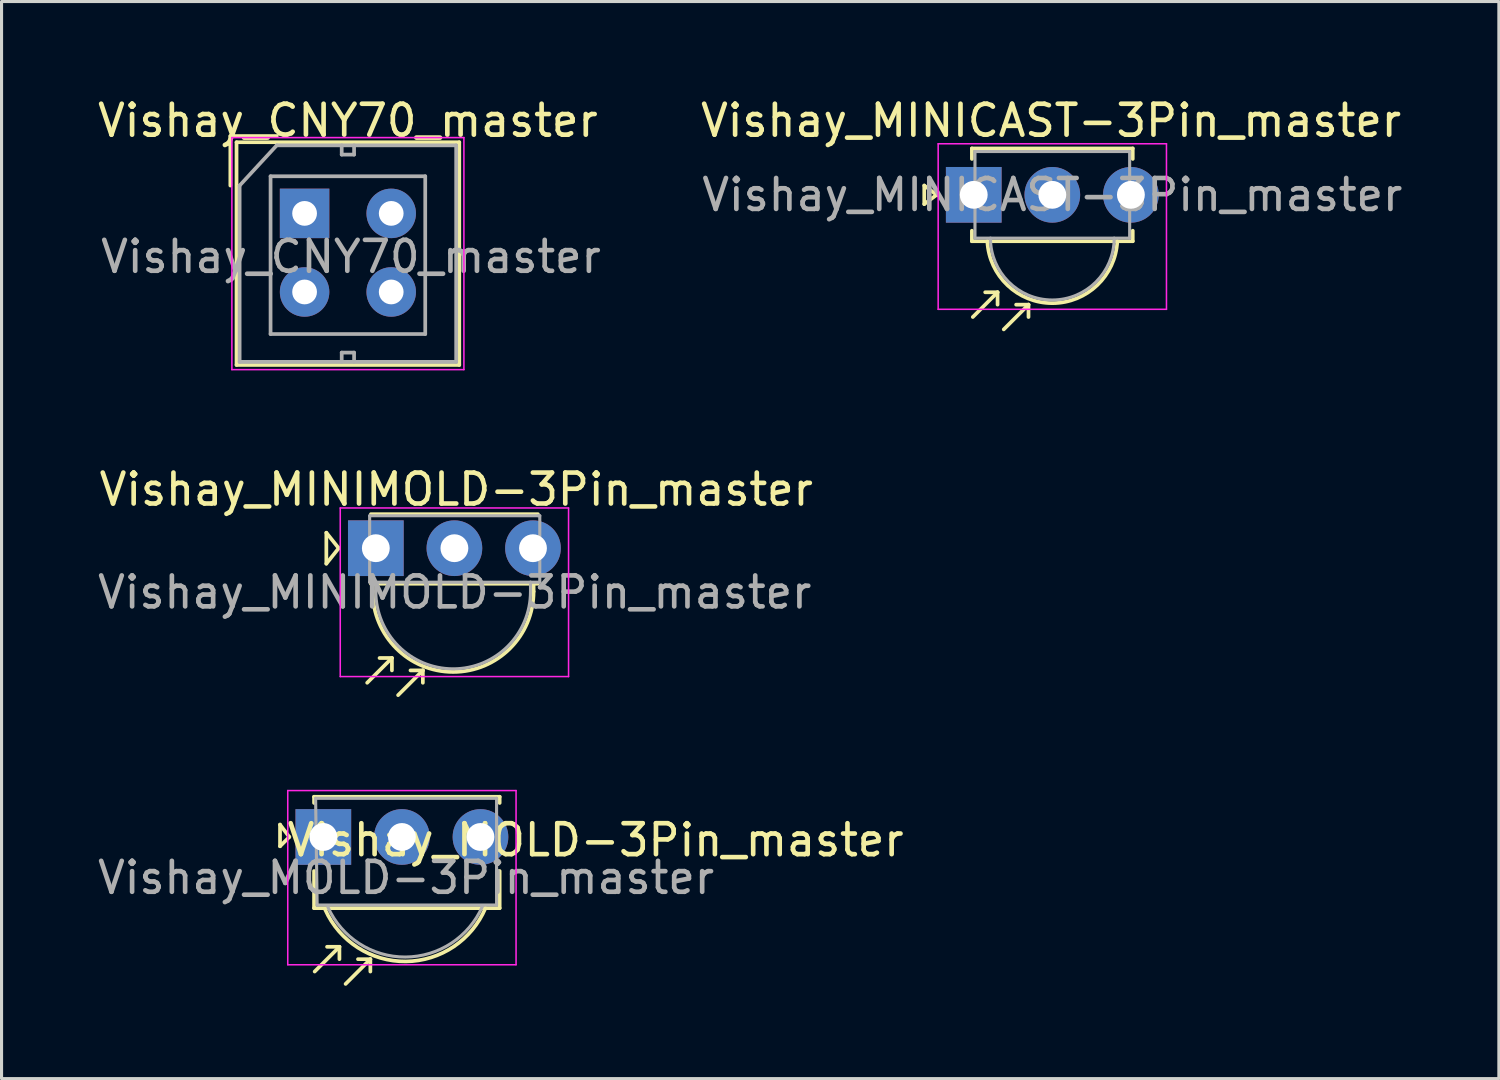
<source format=kicad_pcb>
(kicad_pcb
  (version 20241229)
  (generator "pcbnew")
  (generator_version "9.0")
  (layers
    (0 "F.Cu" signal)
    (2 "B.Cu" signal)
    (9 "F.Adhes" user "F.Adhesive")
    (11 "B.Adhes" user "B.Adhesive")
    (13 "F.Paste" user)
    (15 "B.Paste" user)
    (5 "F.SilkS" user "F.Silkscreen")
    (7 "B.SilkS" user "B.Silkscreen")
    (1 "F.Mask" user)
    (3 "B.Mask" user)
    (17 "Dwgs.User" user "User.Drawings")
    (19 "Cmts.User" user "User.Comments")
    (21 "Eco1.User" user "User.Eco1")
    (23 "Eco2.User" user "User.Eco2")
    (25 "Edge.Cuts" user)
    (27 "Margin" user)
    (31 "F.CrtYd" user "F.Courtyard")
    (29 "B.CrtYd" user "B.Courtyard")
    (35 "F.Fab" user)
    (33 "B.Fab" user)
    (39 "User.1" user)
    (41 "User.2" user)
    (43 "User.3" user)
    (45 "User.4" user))
  (footprint "Vishay_MOLD-3Pin_master"
    (layer "F.Cu")
    (at 7.402 24.006)
    (property "Reference" "Vishay_MOLD-3Pin_master" (at 8.8 0.1 180) (layer "F.SilkS") (effects (font (size 1 1) (thickness 0.15))))
    (attr through_hole)
    (fp_line (start -1.4 -0.4) (end -1.4 0.3) (stroke (width 0.12) (type solid)) (layer "F.SilkS"))
    (fp_line (start -1.4 0.3) (end -1.1 0) (stroke (width 0.12) (type solid)) (layer "F.SilkS"))
    (fp_line (start -1.1 0) (end -1.4 -0.4) (stroke (width 0.12) (type solid)) (layer "F.SilkS"))
    (fp_line (start -0.3 -1.3) (end -0.3 -1.1) (stroke (width 0.12) (type solid)) (layer "F.SilkS"))
    (fp_line (start -0.3 2.3) (end -0.3 1.1) (stroke (width 0.12) (type solid)) (layer "F.SilkS"))
    (fp_line (start 0.52 3.55) (end -0.28 4.35) (stroke (width 0.12) (type solid)) (layer "F.SilkS"))
    (fp_line (start 0.52 3.55) (end 0.12 3.55) (stroke (width 0.12) (type solid)) (layer "F.SilkS"))
    (fp_line (start 0.52 3.55) (end 0.52 3.95) (stroke (width 0.12) (type solid)) (layer "F.SilkS"))
    (fp_line (start 1.52 3.95) (end 0.72 4.75) (stroke (width 0.12) (type solid)) (layer "F.SilkS"))
    (fp_line (start 1.52 3.95) (end 1.12 3.95) (stroke (width 0.12) (type solid)) (layer "F.SilkS"))
    (fp_line (start 1.52 3.95) (end 1.52 4.35) (stroke (width 0.12) (type solid)) (layer "F.SilkS"))
    (fp_line (start 5.7 -1.3) (end -0.3 -1.3) (stroke (width 0.12) (type solid)) (layer "F.SilkS"))
    (fp_line (start 5.7 -1.3) (end 5.7 -1.1) (stroke (width 0.12) (type solid)) (layer "F.SilkS"))
    (fp_line (start 5.7 2.3) (end -0.3 2.3) (stroke (width 0.12) (type solid)) (layer "F.SilkS"))
    (fp_line (start 5.7 2.3) (end 5.7 1.1) (stroke (width 0.12) (type solid)) (layer "F.SilkS"))
    (fp_arc (start 5.24 2.3) (mid 2.667981 4.02298) (end 0.062315 2.351321) (stroke (width 0.12) (type solid)) (layer "F.SilkS"))
    (fp_line (start -1.15 -1.5) (end -1.15 4.13) (stroke (width 0.05) (type solid)) (layer "F.CrtYd"))
    (fp_line (start -1.15 -1.5) (end 6.23 -1.5) (stroke (width 0.05) (type solid)) (layer "F.CrtYd"))
    (fp_line (start 6.23 4.13) (end -1.15 4.13) (stroke (width 0.05) (type solid)) (layer "F.CrtYd"))
    (fp_line (start 6.23 4.13) (end 6.23 -1.5) (stroke (width 0.05) (type solid)) (layer "F.CrtYd"))
    (fp_line (start -0.25 -1.25) (end 5.6 -1.25) (stroke (width 0.1) (type solid)) (layer "F.Fab"))
    (fp_line (start -0.2 2.2) (end -0.25 -1.25) (stroke (width 0.1) (type solid)) (layer "F.Fab"))
    (fp_line (start 5.6 -1.25) (end 5.6 2.2) (stroke (width 0.1) (type solid)) (layer "F.Fab"))
    (fp_line (start 5.6 2.2) (end -0.2 2.2) (stroke (width 0.1) (type solid)) (layer "F.Fab"))
    (fp_arc (start 5.14 2.25) (mid 2.651941 3.881274) (end 0.149714 2.271818) (stroke (width 0.1) (type solid)) (layer "F.Fab"))
    (fp_text user "${REFERENCE}" (at 2.675 1.316 0) (layer "F.Fab") (effects (font (size 1 1) (thickness 0.15))))
    (pad "1" thru_hole rect (at 0 0) (size 1.8 1.8) (drill 0.9) (layers "*.Cu" "*.Mask"))
    (pad "2" thru_hole circle (at 2.54 0) (size 1.8 1.8) (drill 0.9) (layers "*.Cu" "*.Mask"))
    (pad "3" thru_hole circle (at 5.08 0) (size 1.8 1.8) (drill 0.9) (layers "*.Cu" "*.Mask")))
  (footprint "Vishay_MINICAST-3Pin_master"
    (layer "F.Cu")
    (at 28.427 3.248)
    (property "Reference" "Vishay_MINICAST-3Pin_master" (at 2.5 -2.4 180) (layer "F.SilkS") (effects (font (size 1 1) (thickness 0.15))))
    (attr through_hole)
    (fp_line (start -1.6 -0.3) (end -1.6 0.3) (stroke (width 0.12) (type solid)) (layer "F.SilkS"))
    (fp_line (start -1.6 0.3) (end -1.2 0) (stroke (width 0.12) (type solid)) (layer "F.SilkS"))
    (fp_line (start -1.2 0) (end -1.6 -0.3) (stroke (width 0.12) (type solid)) (layer "F.SilkS"))
    (fp_line (start -0.06 -1.5) (end -0.06 -1.16) (stroke (width 0.12) (type solid)) (layer "F.SilkS"))
    (fp_line (start -0.06 1.5) (end -0.06 1.16) (stroke (width 0.12) (type solid)) (layer "F.SilkS"))
    (fp_line (start 0.77 3.15) (end -0.03 3.95) (stroke (width 0.12) (type solid)) (layer "F.SilkS"))
    (fp_line (start 0.77 3.15) (end 0.37 3.15) (stroke (width 0.12) (type solid)) (layer "F.SilkS"))
    (fp_line (start 0.77 3.15) (end 0.77 3.55) (stroke (width 0.12) (type solid)) (layer "F.SilkS"))
    (fp_line (start 1.77 3.55) (end 0.97 4.35) (stroke (width 0.12) (type solid)) (layer "F.SilkS"))
    (fp_line (start 1.77 3.55) (end 1.37 3.55) (stroke (width 0.12) (type solid)) (layer "F.SilkS"))
    (fp_line (start 1.77 3.55) (end 1.77 3.95) (stroke (width 0.12) (type solid)) (layer "F.SilkS"))
    (fp_line (start 5.14 -1.5) (end -0.06 -1.5) (stroke (width 0.12) (type solid)) (layer "F.SilkS"))
    (fp_line (start 5.14 -1.16) (end 5.14 -1.5) (stroke (width 0.12) (type solid)) (layer "F.SilkS"))
    (fp_line (start 5.14 1.16) (end 5.14 1.5) (stroke (width 0.12) (type solid)) (layer "F.SilkS"))
    (fp_line (start 5.14 1.5) (end -0.06 1.5) (stroke (width 0.12) (type solid)) (layer "F.SilkS"))
    (fp_arc (start 4.64 1.5) (mid 2.540869 3.502379) (end 0.440083 1.501736) (stroke (width 0.12) (type solid)) (layer "F.SilkS"))
    (fp_line (start -1.15 -1.65) (end -1.15 3.7) (stroke (width 0.05) (type solid)) (layer "F.CrtYd"))
    (fp_line (start -1.15 -1.65) (end 6.23 -1.65) (stroke (width 0.05) (type solid)) (layer "F.CrtYd"))
    (fp_line (start 6.23 3.7) (end -1.15 3.7) (stroke (width 0.05) (type solid)) (layer "F.CrtYd"))
    (fp_line (start 6.23 3.7) (end 6.23 -1.65) (stroke (width 0.05) (type solid)) (layer "F.CrtYd"))
    (fp_line (start 0.04 -1.4) (end 5.04 -1.4) (stroke (width 0.1) (type solid)) (layer "F.Fab"))
    (fp_line (start 0.04 1.4) (end 0.04 -1.4) (stroke (width 0.1) (type solid)) (layer "F.Fab"))
    (fp_line (start 5.04 -1.4) (end 5.04 1.4) (stroke (width 0.1) (type solid)) (layer "F.Fab"))
    (fp_line (start 5.04 1.4) (end 0.04 1.4) (stroke (width 0.1) (type solid)) (layer "F.Fab"))
    (fp_arc (start 4.54 1.4) (mid 2.54 3.4) (end 0.54 1.4) (stroke (width 0.1) (type solid)) (layer "F.Fab"))
    (fp_text user "${REFERENCE}" (at 2.54 0 0) (layer "F.Fab") (effects (font (size 1 1) (thickness 0.15))))
    (pad "1" thru_hole rect (at 0 0) (size 1.8 1.8) (drill 0.9) (layers "*.Cu" "*.Mask"))
    (pad "2" thru_hole circle (at 2.54 0) (size 1.8 1.8) (drill 0.9) (layers "*.Cu" "*.Mask"))
    (pad "3" thru_hole circle (at 5.08 0) (size 1.8 1.8) (drill 0.9) (layers "*.Cu" "*.Mask")))
  (footprint "Vishay_CNY70_master"
    (layer "F.Cu")
    (at 6.796 3.848)
    (property "Reference" "Vishay_CNY70_master" (at 1.4 -3 0) (layer "F.SilkS") (effects (font (size 1 1) (thickness 0.15))))
    (attr through_hole)
    (fp_line (start -2.4 -2.5) (end -0.9 -2.5) (stroke (width 0.12) (type solid)) (layer "F.SilkS"))
    (fp_line (start -2.4 -0.9) (end -2.4 -2.5) (stroke (width 0.12) (type solid)) (layer "F.SilkS"))
    (fp_line (start -2.2 -2.3) (end -2.2 4.9) (stroke (width 0.12) (type solid)) (layer "F.SilkS"))
    (fp_line (start -2.2 4.9) (end 5 4.9) (stroke (width 0.12) (type solid)) (layer "F.SilkS"))
    (fp_line (start 5 -2.3) (end -2.2 -2.3) (stroke (width 0.12) (type solid)) (layer "F.SilkS"))
    (fp_line (start 5 4.9) (end 5 -2.3) (stroke (width 0.12) (type solid)) (layer "F.SilkS"))
    (fp_line (start -2.35 -2.45) (end -2.35 5.05) (stroke (width 0.05) (type solid)) (layer "F.CrtYd"))
    (fp_line (start -2.35 -2.45) (end 5.15 -2.45) (stroke (width 0.05) (type solid)) (layer "F.CrtYd"))
    (fp_line (start 5.15 5.05) (end -2.35 5.05) (stroke (width 0.05) (type solid)) (layer "F.CrtYd"))
    (fp_line (start 5.15 5.05) (end 5.15 -2.45) (stroke (width 0.05) (type solid)) (layer "F.CrtYd"))
    (fp_line (start -2.1 -0.9) (end -0.9 -2.2) (stroke (width 0.12) (type solid)) (layer "F.Fab"))
    (fp_line (start -2.1 4.8) (end -2.1 -0.9) (stroke (width 0.12) (type solid)) (layer "F.Fab"))
    (fp_line (start -1.1 -1.2) (end -1.1 3.9) (stroke (width 0.12) (type solid)) (layer "F.Fab"))
    (fp_line (start -1.1 3.9) (end 3.9 3.9) (stroke (width 0.12) (type solid)) (layer "F.Fab"))
    (fp_line (start -0.9 -2.2) (end 4.9 -2.2) (stroke (width 0.12) (type solid)) (layer "F.Fab"))
    (fp_line (start 1.2 -2.2) (end 1.2 -1.9) (stroke (width 0.12) (type solid)) (layer "F.Fab"))
    (fp_line (start 1.2 -1.9) (end 1.6 -1.9) (stroke (width 0.12) (type solid)) (layer "F.Fab"))
    (fp_line (start 1.2 4.5) (end 1.2 4.8) (stroke (width 0.12) (type solid)) (layer "F.Fab"))
    (fp_line (start 1.6 -1.9) (end 1.6 -2.2) (stroke (width 0.12) (type solid)) (layer "F.Fab"))
    (fp_line (start 1.6 4.5) (end 1.2 4.5) (stroke (width 0.12) (type solid)) (layer "F.Fab"))
    (fp_line (start 1.6 4.8) (end 1.6 4.5) (stroke (width 0.12) (type solid)) (layer "F.Fab"))
    (fp_line (start 3.9 -1.2) (end -1.1 -1.2) (stroke (width 0.12) (type solid)) (layer "F.Fab"))
    (fp_line (start 3.9 3.9) (end 3.9 -1.2) (stroke (width 0.12) (type solid)) (layer "F.Fab"))
    (fp_line (start 4.9 -2.2) (end 4.9 4.8) (stroke (width 0.12) (type solid)) (layer "F.Fab"))
    (fp_line (start 4.9 4.8) (end -2.1 4.8) (stroke (width 0.12) (type solid)) (layer "F.Fab"))
    (fp_text user "${REFERENCE}" (at 1.5 1.4 0) (layer "F.Fab") (effects (font (size 1 1) (thickness 0.15))))
    (pad "1" thru_hole rect (at 0 0) (size 1.6 1.6) (drill 0.8) (layers "*.Cu" "*.Mask"))
    (pad "2" thru_hole circle (at 0 2.54) (size 1.6 1.6) (drill 0.8) (layers "*.Cu" "*.Mask"))
    (pad "3" thru_hole circle (at 2.8 2.54) (size 1.6 1.6) (drill 0.8) (layers "*.Cu" "*.Mask"))
    (pad "4" thru_hole circle (at 2.8 0) (size 1.6 1.6) (drill 0.8) (layers "*.Cu" "*.Mask")))
  (footprint "Vishay_MINIMOLD-3Pin_master"
    (layer "F.Cu")
    (at 9.099 14.671)
    (property "Reference" "Vishay_MINIMOLD-3Pin_master" (at 2.6 -1.9 180) (layer "F.SilkS") (effects (font (size 1 1) (thickness 0.15))))
    (attr through_hole)
    (fp_line (start -1.6 -0.5) (end -1.6 0.5) (stroke (width 0.12) (type solid)) (layer "F.SilkS"))
    (fp_line (start -1.6 0.5) (end -1.2 0) (stroke (width 0.12) (type solid)) (layer "F.SilkS"))
    (fp_line (start -1.2 0) (end -1.6 -0.5) (stroke (width 0.12) (type solid)) (layer "F.SilkS"))
    (fp_line (start -0.1 1.4) (end -0.1 1.2) (stroke (width 0.12) (type solid)) (layer "F.SilkS"))
    (fp_line (start 0.52 3.55) (end -0.28 4.35) (stroke (width 0.12) (type solid)) (layer "F.SilkS"))
    (fp_line (start 0.52 3.55) (end 0.12 3.55) (stroke (width 0.12) (type solid)) (layer "F.SilkS"))
    (fp_line (start 0.52 3.55) (end 0.52 3.95) (stroke (width 0.12) (type solid)) (layer "F.SilkS"))
    (fp_line (start 1.52 3.95) (end 0.72 4.75) (stroke (width 0.12) (type solid)) (layer "F.SilkS"))
    (fp_line (start 1.52 3.95) (end 1.12 3.95) (stroke (width 0.12) (type solid)) (layer "F.SilkS"))
    (fp_line (start 1.52 3.95) (end 1.52 4.35) (stroke (width 0.12) (type solid)) (layer "F.SilkS"))
    (fp_line (start 5.1 1.4) (end 5.1 1.2) (stroke (width 0.12) (type solid)) (layer "F.SilkS"))
    (fp_line (start 5.24 -1.1) (end -0.16 -1.1) (stroke (width 0.12) (type solid)) (layer "F.SilkS"))
    (fp_line (start 5.24 1.15) (end -0.16 1.15) (stroke (width 0.12) (type solid)) (layer "F.SilkS"))
    (fp_arc (start 5.1 1.4) (mid 2.5 4) (end -0.1 1.4) (stroke (width 0.12) (type solid)) (layer "F.SilkS"))
    (fp_line (start -1.15 -1.3) (end -1.15 4.15) (stroke (width 0.05) (type solid)) (layer "F.CrtYd"))
    (fp_line (start -1.15 -1.3) (end 6.23 -1.3) (stroke (width 0.05) (type solid)) (layer "F.CrtYd"))
    (fp_line (start 6.23 4.15) (end -1.15 4.15) (stroke (width 0.05) (type solid)) (layer "F.CrtYd"))
    (fp_line (start 6.23 4.15) (end 6.23 -1.3) (stroke (width 0.05) (type solid)) (layer "F.CrtYd"))
    (fp_line (start -0.2 -1.05) (end 5.25 -1.05) (stroke (width 0.1) (type solid)) (layer "F.Fab"))
    (fp_line (start -0.2 1.1) (end -0.2 -1.05) (stroke (width 0.1) (type solid)) (layer "F.Fab"))
    (fp_line (start 0 1.1) (end -0.2 1.1) (stroke (width 0.1) (type solid)) (layer "F.Fab"))
    (fp_line (start 0 1.15) (end 0 1.1) (stroke (width 0.1) (type solid)) (layer "F.Fab"))
    (fp_line (start 0 1.4) (end 0 1.15) (stroke (width 0.1) (type solid)) (layer "F.Fab"))
    (fp_line (start 5 1.1) (end 0 1.1) (stroke (width 0.1) (type solid)) (layer "F.Fab"))
    (fp_line (start 5 1.1) (end 5 1.4) (stroke (width 0.1) (type solid)) (layer "F.Fab"))
    (fp_line (start 5.25 -1.05) (end 5.3 -1.05) (stroke (width 0.1) (type solid)) (layer "F.Fab"))
    (fp_line (start 5.3 -1.05) (end 5.3 1.1) (stroke (width 0.1) (type solid)) (layer "F.Fab"))
    (fp_line (start 5.3 1.1) (end 5 1.1) (stroke (width 0.1) (type solid)) (layer "F.Fab"))
    (fp_arc (start 5 1.4) (mid 2.5 3.9) (end 0 1.4) (stroke (width 0.1) (type solid)) (layer "F.Fab"))
    (fp_text user "${REFERENCE}" (at 2.55 1.425 0) (layer "F.Fab") (effects (font (size 1 1) (thickness 0.15))))
    (pad "1" thru_hole rect (at 0 0) (size 1.8 1.8) (drill 0.9) (layers "*.Cu" "*.Mask"))
    (pad "2" thru_hole circle (at 2.54 0) (size 1.8 1.8) (drill 0.9) (layers "*.Cu" "*.Mask"))
    (pad "3" thru_hole circle (at 5.08 0) (size 1.8 1.8) (drill 0.9) (layers "*.Cu" "*.Mask")))
  (gr_rect
    (start -3 -3)
    (end 45.402 31.817)
    (stroke (width 0.1) (type default))
    (fill no)
    (layer "Edge.Cuts")))
</source>
